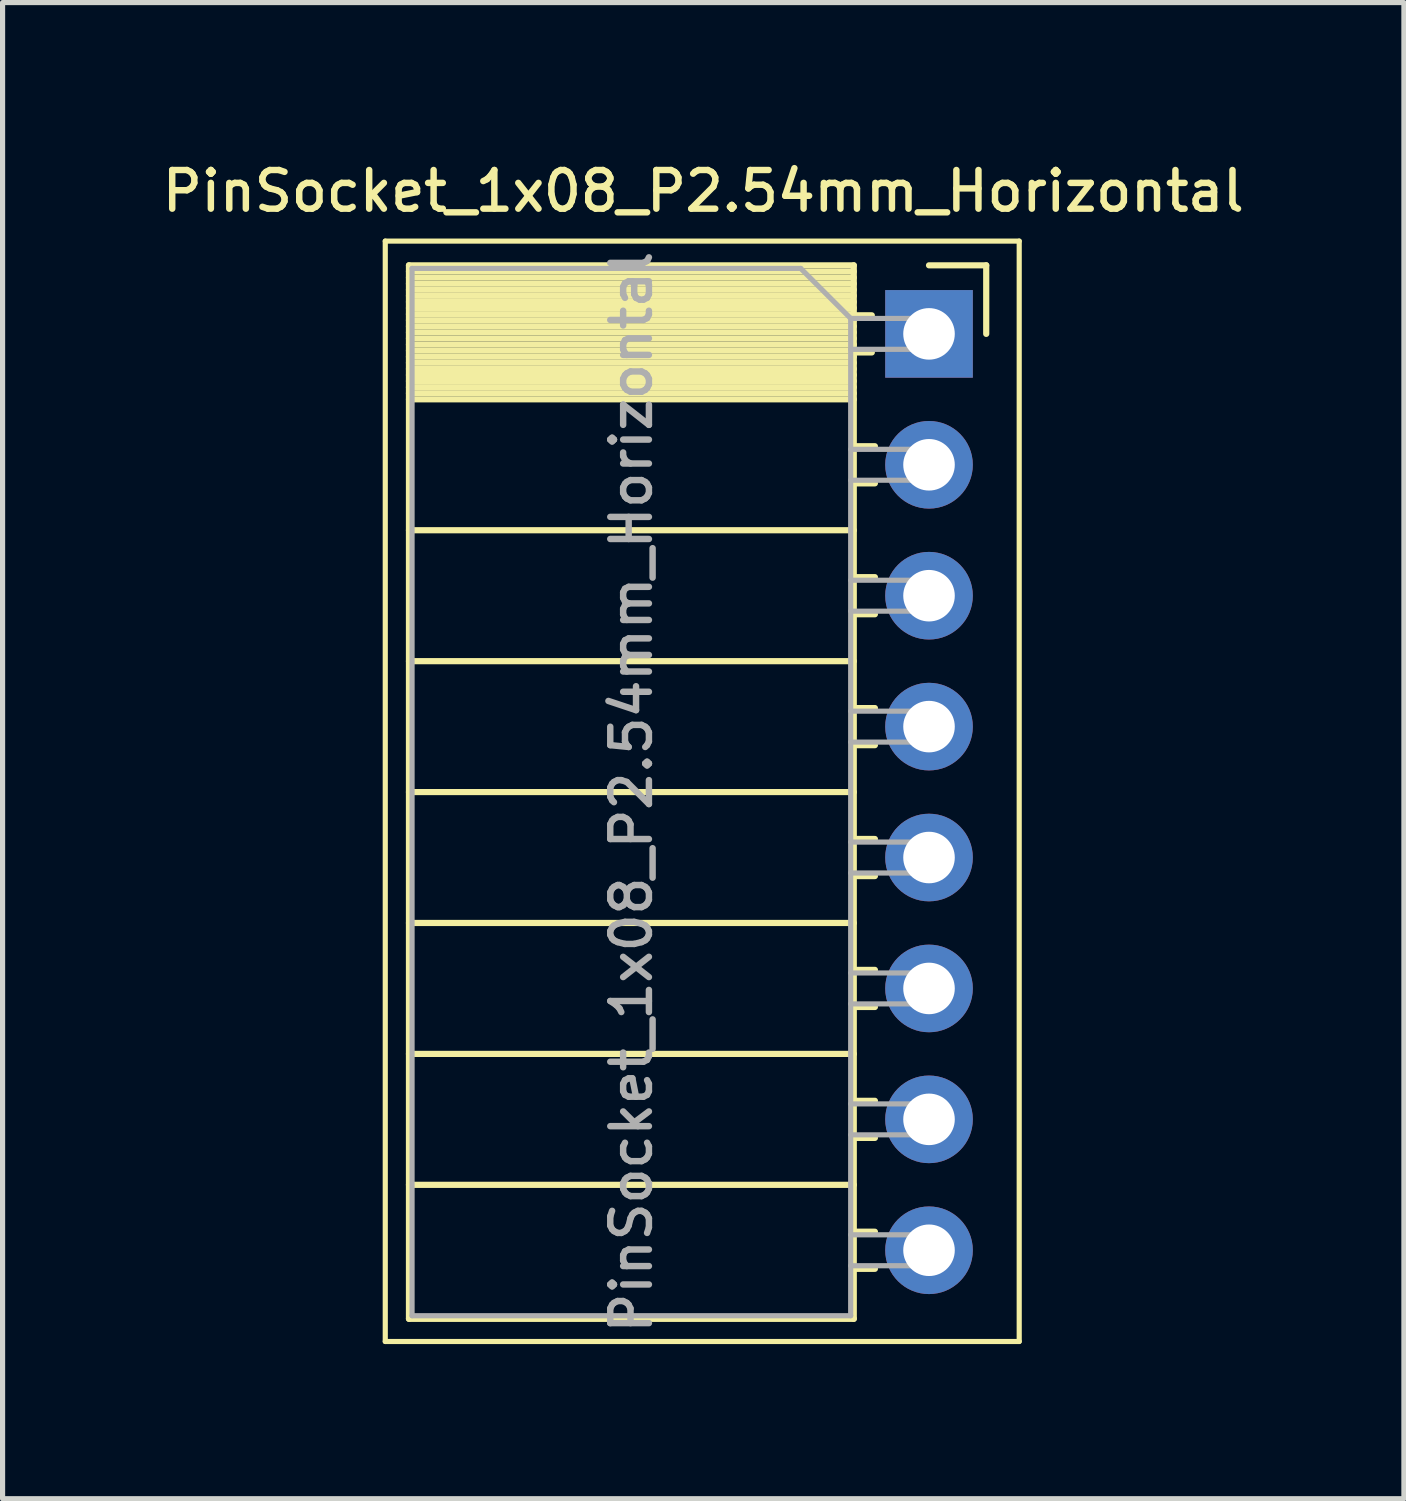
<source format=kicad_pcb>
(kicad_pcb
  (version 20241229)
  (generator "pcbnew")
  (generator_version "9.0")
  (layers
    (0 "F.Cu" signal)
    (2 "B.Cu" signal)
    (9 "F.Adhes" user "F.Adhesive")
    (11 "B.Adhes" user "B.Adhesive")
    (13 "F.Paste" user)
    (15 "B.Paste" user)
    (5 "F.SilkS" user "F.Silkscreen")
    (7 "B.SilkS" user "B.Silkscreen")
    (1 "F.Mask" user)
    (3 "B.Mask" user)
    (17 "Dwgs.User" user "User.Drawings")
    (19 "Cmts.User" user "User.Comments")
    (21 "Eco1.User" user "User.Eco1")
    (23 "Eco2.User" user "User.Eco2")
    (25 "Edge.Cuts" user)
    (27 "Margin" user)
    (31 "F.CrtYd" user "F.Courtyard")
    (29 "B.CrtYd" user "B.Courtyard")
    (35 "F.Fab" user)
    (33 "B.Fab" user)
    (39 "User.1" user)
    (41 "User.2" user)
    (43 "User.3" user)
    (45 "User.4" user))
  (footprint "PinSocket_1x08_P2.54mm_Horizontal"
    (layer "F.Cu")
    (at 14.975 3.428)
    (property "Reference" "PinSocket_1x08_P2.54mm_Horizontal" (at -4.38 -2.77 0) (layer "F.SilkS") (effects (font (size 0.75 0.75) (thickness 0.125))))
    (attr through_hole)
    (fp_line (start -10.55 -1.8) (end -10.55 19.55) (stroke (width 0.1) (type solid)) (layer "F.SilkS"))
    (fp_line (start -10.55 19.55) (end 1.75 19.55) (stroke (width 0.1) (type solid)) (layer "F.SilkS"))
    (fp_line (start -10.09 -1.33) (end -10.09 19.11) (stroke (width 0.12) (type solid)) (layer "F.SilkS"))
    (fp_line (start -10.09 -1.33) (end -1.46 -1.33) (stroke (width 0.12) (type solid)) (layer "F.SilkS"))
    (fp_line (start -10.09 -1.21) (end -1.46 -1.21) (stroke (width 0.12) (type solid)) (layer "F.SilkS"))
    (fp_line (start -10.09 -1.092) (end -1.46 -1.092) (stroke (width 0.12) (type solid)) (layer "F.SilkS"))
    (fp_line (start -10.09 -0.974) (end -1.46 -0.974) (stroke (width 0.12) (type solid)) (layer "F.SilkS"))
    (fp_line (start -10.09 -0.856) (end -1.46 -0.856) (stroke (width 0.12) (type solid)) (layer "F.SilkS"))
    (fp_line (start -10.09 -0.738) (end -1.46 -0.738) (stroke (width 0.12) (type solid)) (layer "F.SilkS"))
    (fp_line (start -10.09 -0.62) (end -1.46 -0.62) (stroke (width 0.12) (type solid)) (layer "F.SilkS"))
    (fp_line (start -10.09 -0.501) (end -1.46 -0.501) (stroke (width 0.12) (type solid)) (layer "F.SilkS"))
    (fp_line (start -10.09 -0.383) (end -1.46 -0.383) (stroke (width 0.12) (type solid)) (layer "F.SilkS"))
    (fp_line (start -10.09 -0.265) (end -1.46 -0.265) (stroke (width 0.12) (type solid)) (layer "F.SilkS"))
    (fp_line (start -10.09 -0.147) (end -1.46 -0.147) (stroke (width 0.12) (type solid)) (layer "F.SilkS"))
    (fp_line (start -10.09 -0.029) (end -1.46 -0.029) (stroke (width 0.12) (type solid)) (layer "F.SilkS"))
    (fp_line (start -10.09 0.089) (end -1.46 0.089) (stroke (width 0.12) (type solid)) (layer "F.SilkS"))
    (fp_line (start -10.09 0.207) (end -1.46 0.207) (stroke (width 0.12) (type solid)) (layer "F.SilkS"))
    (fp_line (start -10.09 0.325) (end -1.46 0.325) (stroke (width 0.12) (type solid)) (layer "F.SilkS"))
    (fp_line (start -10.09 0.443) (end -1.46 0.443) (stroke (width 0.12) (type solid)) (layer "F.SilkS"))
    (fp_line (start -10.09 0.561) (end -1.46 0.561) (stroke (width 0.12) (type solid)) (layer "F.SilkS"))
    (fp_line (start -10.09 0.68) (end -1.46 0.68) (stroke (width 0.12) (type solid)) (layer "F.SilkS"))
    (fp_line (start -10.09 0.798) (end -1.46 0.798) (stroke (width 0.12) (type solid)) (layer "F.SilkS"))
    (fp_line (start -10.09 0.916) (end -1.46 0.916) (stroke (width 0.12) (type solid)) (layer "F.SilkS"))
    (fp_line (start -10.09 1.034) (end -1.46 1.034) (stroke (width 0.12) (type solid)) (layer "F.SilkS"))
    (fp_line (start -10.09 1.152) (end -1.46 1.152) (stroke (width 0.12) (type solid)) (layer "F.SilkS"))
    (fp_line (start -10.09 1.27) (end -1.46 1.27) (stroke (width 0.12) (type solid)) (layer "F.SilkS"))
    (fp_line (start -10.09 3.81) (end -1.46 3.81) (stroke (width 0.12) (type solid)) (layer "F.SilkS"))
    (fp_line (start -10.09 6.35) (end -1.46 6.35) (stroke (width 0.12) (type solid)) (layer "F.SilkS"))
    (fp_line (start -10.09 8.89) (end -1.46 8.89) (stroke (width 0.12) (type solid)) (layer "F.SilkS"))
    (fp_line (start -10.09 11.43) (end -1.46 11.43) (stroke (width 0.12) (type solid)) (layer "F.SilkS"))
    (fp_line (start -10.09 13.97) (end -1.46 13.97) (stroke (width 0.12) (type solid)) (layer "F.SilkS"))
    (fp_line (start -10.09 16.51) (end -1.46 16.51) (stroke (width 0.12) (type solid)) (layer "F.SilkS"))
    (fp_line (start -10.09 19.11) (end -1.46 19.11) (stroke (width 0.12) (type solid)) (layer "F.SilkS"))
    (fp_line (start -1.46 -1.33) (end -1.46 19.11) (stroke (width 0.12) (type solid)) (layer "F.SilkS"))
    (fp_line (start -1.46 -0.36) (end -1.11 -0.36) (stroke (width 0.12) (type solid)) (layer "F.SilkS"))
    (fp_line (start -1.46 0.36) (end -1.11 0.36) (stroke (width 0.12) (type solid)) (layer "F.SilkS"))
    (fp_line (start -1.46 2.18) (end -1.05 2.18) (stroke (width 0.12) (type solid)) (layer "F.SilkS"))
    (fp_line (start -1.46 2.9) (end -1.05 2.9) (stroke (width 0.12) (type solid)) (layer "F.SilkS"))
    (fp_line (start -1.46 4.72) (end -1.05 4.72) (stroke (width 0.12) (type solid)) (layer "F.SilkS"))
    (fp_line (start -1.46 5.44) (end -1.05 5.44) (stroke (width 0.12) (type solid)) (layer "F.SilkS"))
    (fp_line (start -1.46 7.26) (end -1.05 7.26) (stroke (width 0.12) (type solid)) (layer "F.SilkS"))
    (fp_line (start -1.46 7.98) (end -1.05 7.98) (stroke (width 0.12) (type solid)) (layer "F.SilkS"))
    (fp_line (start -1.46 9.8) (end -1.05 9.8) (stroke (width 0.12) (type solid)) (layer "F.SilkS"))
    (fp_line (start -1.46 10.52) (end -1.05 10.52) (stroke (width 0.12) (type solid)) (layer "F.SilkS"))
    (fp_line (start -1.46 12.34) (end -1.05 12.34) (stroke (width 0.12) (type solid)) (layer "F.SilkS"))
    (fp_line (start -1.46 13.06) (end -1.05 13.06) (stroke (width 0.12) (type solid)) (layer "F.SilkS"))
    (fp_line (start -1.46 14.88) (end -1.05 14.88) (stroke (width 0.12) (type solid)) (layer "F.SilkS"))
    (fp_line (start -1.46 15.6) (end -1.05 15.6) (stroke (width 0.12) (type solid)) (layer "F.SilkS"))
    (fp_line (start -1.46 17.42) (end -1.05 17.42) (stroke (width 0.12) (type solid)) (layer "F.SilkS"))
    (fp_line (start -1.46 18.14) (end -1.05 18.14) (stroke (width 0.12) (type solid)) (layer "F.SilkS"))
    (fp_line (start 0 -1.33) (end 1.11 -1.33) (stroke (width 0.12) (type solid)) (layer "F.SilkS"))
    (fp_line (start 1.11 -1.33) (end 1.11 0) (stroke (width 0.12) (type solid)) (layer "F.SilkS"))
    (fp_line (start 1.75 -1.8) (end -10.55 -1.8) (stroke (width 0.1) (type solid)) (layer "F.SilkS"))
    (fp_line (start 1.75 19.55) (end 1.75 -1.8) (stroke (width 0.1) (type solid)) (layer "F.SilkS"))
    (fp_line (start -10.03 -1.27) (end -2.49 -1.27) (stroke (width 0.1) (type solid)) (layer "F.Fab"))
    (fp_line (start -10.03 19.05) (end -10.03 -1.27) (stroke (width 0.1) (type solid)) (layer "F.Fab"))
    (fp_line (start -2.49 -1.27) (end -1.52 -0.3) (stroke (width 0.1) (type solid)) (layer "F.Fab"))
    (fp_line (start -1.52 -0.3) (end -1.52 19.05) (stroke (width 0.1) (type solid)) (layer "F.Fab"))
    (fp_line (start -1.52 0.3) (end 0 0.3) (stroke (width 0.1) (type solid)) (layer "F.Fab"))
    (fp_line (start -1.52 2.84) (end 0 2.84) (stroke (width 0.1) (type solid)) (layer "F.Fab"))
    (fp_line (start -1.52 5.38) (end 0 5.38) (stroke (width 0.1) (type solid)) (layer "F.Fab"))
    (fp_line (start -1.52 7.92) (end 0 7.92) (stroke (width 0.1) (type solid)) (layer "F.Fab"))
    (fp_line (start -1.52 10.46) (end 0 10.46) (stroke (width 0.1) (type solid)) (layer "F.Fab"))
    (fp_line (start -1.52 13) (end 0 13) (stroke (width 0.1) (type solid)) (layer "F.Fab"))
    (fp_line (start -1.52 15.54) (end 0 15.54) (stroke (width 0.1) (type solid)) (layer "F.Fab"))
    (fp_line (start -1.52 18.08) (end 0 18.08) (stroke (width 0.1) (type solid)) (layer "F.Fab"))
    (fp_line (start -1.52 19.05) (end -10.03 19.05) (stroke (width 0.1) (type solid)) (layer "F.Fab"))
    (fp_line (start 0 -0.3) (end -1.52 -0.3) (stroke (width 0.1) (type solid)) (layer "F.Fab"))
    (fp_line (start 0 0.3) (end 0 -0.3) (stroke (width 0.1) (type solid)) (layer "F.Fab"))
    (fp_line (start 0 2.24) (end -1.52 2.24) (stroke (width 0.1) (type solid)) (layer "F.Fab"))
    (fp_line (start 0 2.84) (end 0 2.24) (stroke (width 0.1) (type solid)) (layer "F.Fab"))
    (fp_line (start 0 4.78) (end -1.52 4.78) (stroke (width 0.1) (type solid)) (layer "F.Fab"))
    (fp_line (start 0 5.38) (end 0 4.78) (stroke (width 0.1) (type solid)) (layer "F.Fab"))
    (fp_line (start 0 7.32) (end -1.52 7.32) (stroke (width 0.1) (type solid)) (layer "F.Fab"))
    (fp_line (start 0 7.92) (end 0 7.32) (stroke (width 0.1) (type solid)) (layer "F.Fab"))
    (fp_line (start 0 9.86) (end -1.52 9.86) (stroke (width 0.1) (type solid)) (layer "F.Fab"))
    (fp_line (start 0 10.46) (end 0 9.86) (stroke (width 0.1) (type solid)) (layer "F.Fab"))
    (fp_line (start 0 12.4) (end -1.52 12.4) (stroke (width 0.1) (type solid)) (layer "F.Fab"))
    (fp_line (start 0 13) (end 0 12.4) (stroke (width 0.1) (type solid)) (layer "F.Fab"))
    (fp_line (start 0 14.94) (end -1.52 14.94) (stroke (width 0.1) (type solid)) (layer "F.Fab"))
    (fp_line (start 0 15.54) (end 0 14.94) (stroke (width 0.1) (type solid)) (layer "F.Fab"))
    (fp_line (start 0 17.48) (end -1.52 17.48) (stroke (width 0.1) (type solid)) (layer "F.Fab"))
    (fp_line (start 0 18.08) (end 0 17.48) (stroke (width 0.1) (type solid)) (layer "F.Fab"))
    (fp_text user "${REFERENCE}" (at -5.775 8.89 90) (layer "F.Fab") (effects (font (size 0.75 0.75) (thickness 0.125))))
    (pad "1" thru_hole rect (at 0 0) (size 1.7 1.7) (drill 1) (layers "*.Cu" "*.Mask"))
    (pad "2" thru_hole oval (at 0 2.54) (size 1.7 1.7) (drill 1) (layers "*.Cu" "*.Mask"))
    (pad "3" thru_hole oval (at 0 5.08) (size 1.7 1.7) (drill 1) (layers "*.Cu" "*.Mask"))
    (pad "4" thru_hole oval (at 0 7.62) (size 1.7 1.7) (drill 1) (layers "*.Cu" "*.Mask"))
    (pad "5" thru_hole oval (at 0 10.16) (size 1.7 1.7) (drill 1) (layers "*.Cu" "*.Mask"))
    (pad "6" thru_hole oval (at 0 12.7) (size 1.7 1.7) (drill 1) (layers "*.Cu" "*.Mask"))
    (pad "7" thru_hole oval (at 0 15.24) (size 1.7 1.7) (drill 1) (layers "*.Cu" "*.Mask"))
    (pad "8" thru_hole oval (at 0 17.78) (size 1.7 1.7) (drill 1) (layers "*.Cu" "*.Mask")))
  (gr_rect
    (start -3 -3)
    (end 24.189 26.028)
    (stroke (width 0.1) (type default))
    (fill no)
    (layer "Edge.Cuts")))
</source>
